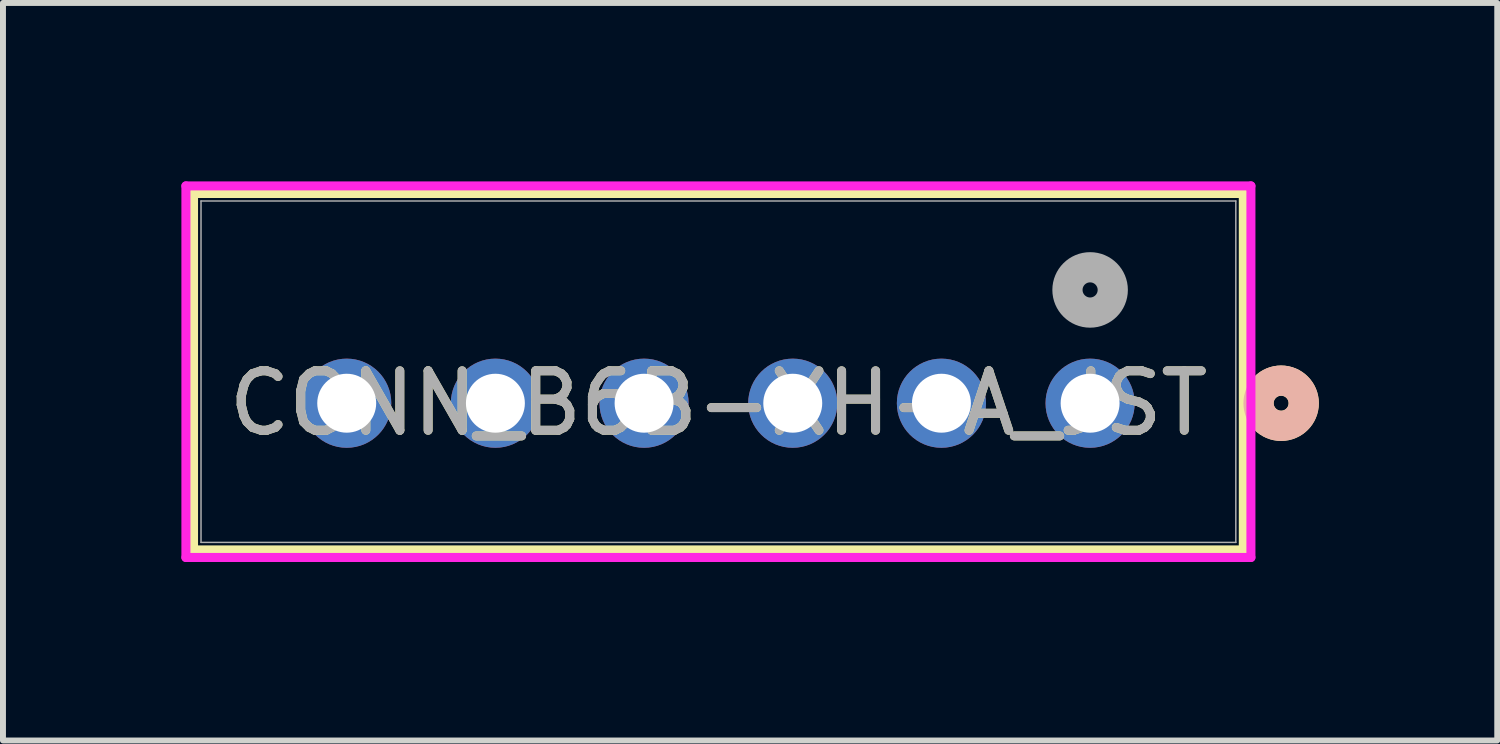
<source format=kicad_pcb>
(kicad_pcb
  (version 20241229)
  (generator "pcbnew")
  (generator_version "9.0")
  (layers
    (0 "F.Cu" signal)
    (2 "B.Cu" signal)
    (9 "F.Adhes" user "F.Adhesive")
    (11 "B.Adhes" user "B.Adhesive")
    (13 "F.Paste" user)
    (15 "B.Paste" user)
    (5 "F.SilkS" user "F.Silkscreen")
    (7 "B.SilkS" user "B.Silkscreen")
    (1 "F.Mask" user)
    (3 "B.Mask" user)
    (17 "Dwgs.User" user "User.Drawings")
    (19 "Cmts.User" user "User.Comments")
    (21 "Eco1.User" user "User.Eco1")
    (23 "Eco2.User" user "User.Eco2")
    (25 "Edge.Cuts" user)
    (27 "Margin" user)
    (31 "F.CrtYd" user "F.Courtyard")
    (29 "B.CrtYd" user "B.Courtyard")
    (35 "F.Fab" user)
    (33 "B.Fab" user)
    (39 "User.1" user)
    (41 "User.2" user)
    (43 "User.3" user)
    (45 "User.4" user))
  (footprint "CONN_B6B-XH-A_JST"
    (layer "F.Cu")
    (at 15.28 3.73)
    (property "Reference" "CONN_B6B-XH-A_JST" (at -6.25 0 0) (unlocked yes) (layer "F.SilkS") (effects (font (size 1 1) (thickness 0.15))))
    (attr through_hole)
    (fp_line (start -15.076 -3.527) (end -15.076 2.467) (stroke (width 0.152) (type solid)) (layer "F.SilkS"))
    (fp_line (start -15.076 2.467) (end 2.576 2.467) (stroke (width 0.152) (type solid)) (layer "F.SilkS"))
    (fp_line (start 2.576 -3.527) (end -15.076 -3.527) (stroke (width 0.152) (type solid)) (layer "F.SilkS"))
    (fp_line (start 2.576 2.467) (end 2.576 -3.527) (stroke (width 0.152) (type solid)) (layer "F.SilkS"))
    (fp_circle (center 3.212 0) (end 3.592 0) (stroke (width 0.508) (type solid)) (fill no) (layer "F.SilkS"))
    (fp_circle (center 3.212 0) (end 3.592 0) (stroke (width 0.508) (type solid)) (fill no) (layer "B.SilkS"))
    (fp_line (start -15.204 -3.654) (end -15.204 2.594) (stroke (width 0.152) (type solid)) (layer "F.CrtYd"))
    (fp_line (start -15.204 2.594) (end 2.704 2.594) (stroke (width 0.152) (type solid)) (layer "F.CrtYd"))
    (fp_line (start 2.704 -3.654) (end -15.204 -3.654) (stroke (width 0.152) (type solid)) (layer "F.CrtYd"))
    (fp_line (start 2.704 2.594) (end 2.704 -3.654) (stroke (width 0.152) (type solid)) (layer "F.CrtYd"))
    (fp_line (start -14.95 -3.4) (end -14.95 2.34) (stroke (width 0.025) (type solid)) (layer "F.Fab"))
    (fp_line (start -14.95 2.34) (end 2.45 2.34) (stroke (width 0.025) (type solid)) (layer "F.Fab"))
    (fp_line (start 2.45 -3.4) (end -14.95 -3.4) (stroke (width 0.025) (type solid)) (layer "F.Fab"))
    (fp_line (start 2.45 2.34) (end 2.45 -3.4) (stroke (width 0.025) (type solid)) (layer "F.Fab"))
    (fp_circle (center 0 -1.905) (end 0.381 -1.905) (stroke (width 0.508) (type solid)) (fill no) (layer "F.Fab"))
    (fp_text user "${REFERENCE}" (at -6.25 0 0) (unlocked yes) (layer "F.Fab") (effects (font (size 1 1) (thickness 0.15))))
    (pad "1" thru_hole circle (at 0 0) (size 1.499 1.499) (drill 0.991) (layers "*.Cu" "*.Mask"))
    (pad "2" thru_hole circle (at -2.5 0) (size 1.499 1.499) (drill 0.991) (layers "*.Cu" "*.Mask"))
    (pad "3" thru_hole circle (at -5 0) (size 1.499 1.499) (drill 0.991) (layers "*.Cu" "*.Mask"))
    (pad "4" thru_hole circle (at -7.5 0) (size 1.499 1.499) (drill 0.991) (layers "*.Cu" "*.Mask"))
    (pad "5" thru_hole circle (at -10 0) (size 1.499 1.499) (drill 0.991) (layers "*.Cu" "*.Mask"))
    (pad "6" thru_hole circle (at -12.5 0) (size 1.499 1.499) (drill 0.991) (layers "*.Cu" "*.Mask")))
  (gr_rect
    (start -3 -3)
    (end 22.126 9.401)
    (stroke (width 0.1) (type default))
    (fill no)
    (layer "Edge.Cuts")))
</source>
